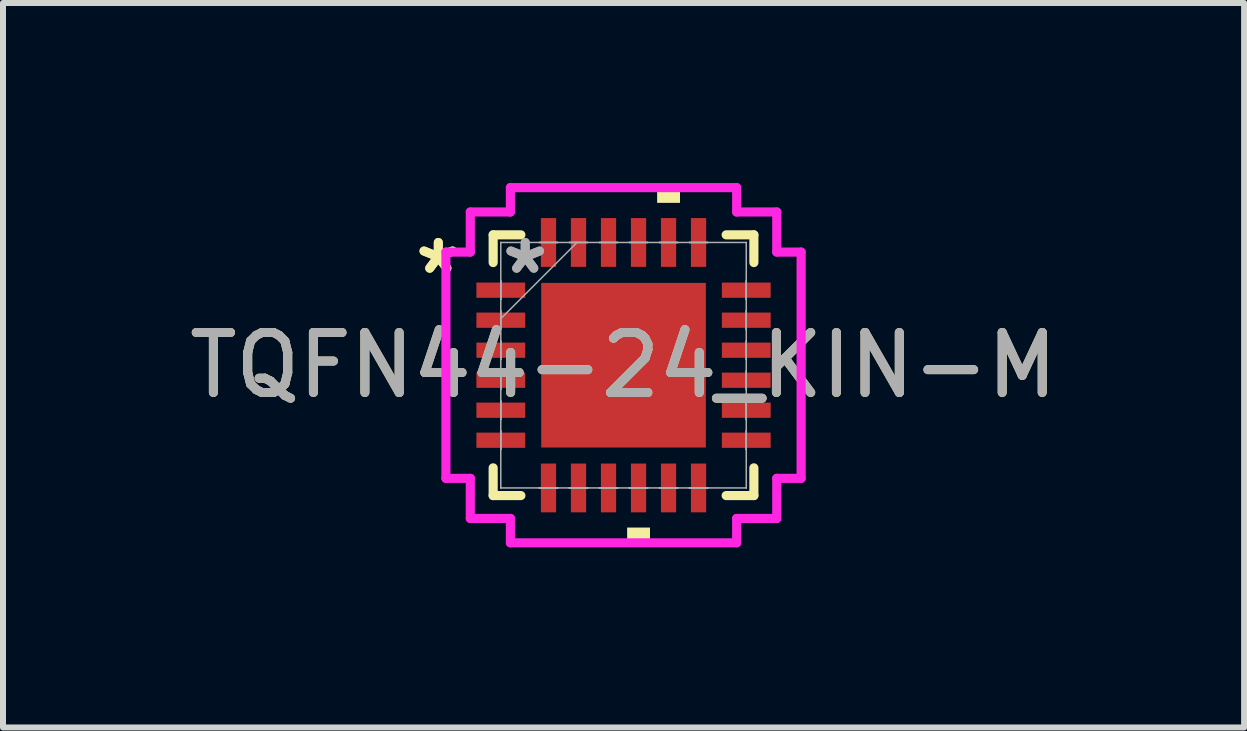
<source format=kicad_pcb>
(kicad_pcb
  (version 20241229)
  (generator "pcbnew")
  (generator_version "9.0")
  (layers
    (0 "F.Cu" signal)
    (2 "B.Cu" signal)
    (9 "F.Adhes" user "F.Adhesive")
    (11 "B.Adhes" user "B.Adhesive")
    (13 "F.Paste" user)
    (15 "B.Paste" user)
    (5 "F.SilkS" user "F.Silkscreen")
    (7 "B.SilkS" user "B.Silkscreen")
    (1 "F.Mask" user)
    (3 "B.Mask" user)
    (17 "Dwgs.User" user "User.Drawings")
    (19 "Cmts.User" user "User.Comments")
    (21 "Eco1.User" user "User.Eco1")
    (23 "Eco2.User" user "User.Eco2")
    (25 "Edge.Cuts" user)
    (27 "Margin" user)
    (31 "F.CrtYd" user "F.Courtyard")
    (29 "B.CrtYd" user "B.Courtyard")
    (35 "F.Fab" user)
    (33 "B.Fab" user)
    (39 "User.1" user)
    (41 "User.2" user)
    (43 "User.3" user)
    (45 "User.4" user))
  (footprint "TQFN44-24_KIN-M"
    (layer "F.Cu")
    (at 7.339 3.035)
    (property "Reference" "TQFN44-24_KIN-M" (at 0 0 0) (unlocked yes) (layer "F.SilkS") (effects (font (size 1 1) (thickness 0.15))))
    (attr smd)
    (fp_line (start -2.172 -2.172) (end -2.172 -1.71) (stroke (width 0.152) (type solid)) (layer "F.SilkS"))
    (fp_line (start -2.172 1.71) (end -2.172 2.172) (stroke (width 0.152) (type solid)) (layer "F.SilkS"))
    (fp_line (start -2.172 2.172) (end -1.71 2.172) (stroke (width 0.152) (type solid)) (layer "F.SilkS"))
    (fp_line (start -1.71 -2.172) (end -2.172 -2.172) (stroke (width 0.152) (type solid)) (layer "F.SilkS"))
    (fp_line (start 1.71 2.172) (end 2.172 2.172) (stroke (width 0.152) (type solid)) (layer "F.SilkS"))
    (fp_line (start 2.172 -2.172) (end 1.71 -2.172) (stroke (width 0.152) (type solid)) (layer "F.SilkS"))
    (fp_line (start 2.172 -1.71) (end 2.172 -2.172) (stroke (width 0.152) (type solid)) (layer "F.SilkS"))
    (fp_line (start 2.172 2.172) (end 2.172 1.71) (stroke (width 0.152) (type solid)) (layer "F.SilkS"))
    (fp_poly (pts (xy 0.06 2.705) (xy 0.06 2.959) (xy 0.441 2.959) (xy 0.441 2.705)) (stroke (width 0) (type solid)) (fill yes) (layer "F.SilkS"))
    (fp_poly (pts (xy 0.56 -2.705) (xy 0.56 -2.959) (xy 0.941 -2.959) (xy 0.941 -2.705)) (stroke (width 0) (type solid)) (fill yes) (layer "F.SilkS"))
    (fp_poly (pts (xy -1.272 -1.272) (xy -1.272 -0.1) (xy -0.1 -0.1) (xy -0.1 -1.272)) (stroke (width 0) (type solid)) (fill yes) (layer "F.Paste"))
    (fp_poly (pts (xy -1.272 0.1) (xy -1.272 1.272) (xy -0.1 1.272) (xy -0.1 0.1)) (stroke (width 0) (type solid)) (fill yes) (layer "F.Paste"))
    (fp_poly (pts (xy 0.1 -1.272) (xy 0.1 -0.1) (xy 1.272 -0.1) (xy 1.272 -1.272)) (stroke (width 0) (type solid)) (fill yes) (layer "F.Paste"))
    (fp_poly (pts (xy 0.1 0.1) (xy 0.1 1.272) (xy 1.272 1.272) (xy 1.272 0.1)) (stroke (width 0) (type solid)) (fill yes) (layer "F.Paste"))
    (fp_line (start -2.959 -1.885) (end -2.553 -1.885) (stroke (width 0.152) (type solid)) (layer "F.CrtYd"))
    (fp_line (start -2.959 1.885) (end -2.959 -1.885) (stroke (width 0.152) (type solid)) (layer "F.CrtYd"))
    (fp_line (start -2.553 -2.553) (end -1.885 -2.553) (stroke (width 0.152) (type solid)) (layer "F.CrtYd"))
    (fp_line (start -2.553 -1.885) (end -2.553 -2.553) (stroke (width 0.152) (type solid)) (layer "F.CrtYd"))
    (fp_line (start -2.553 1.885) (end -2.959 1.885) (stroke (width 0.152) (type solid)) (layer "F.CrtYd"))
    (fp_line (start -2.553 2.553) (end -2.553 1.885) (stroke (width 0.152) (type solid)) (layer "F.CrtYd"))
    (fp_line (start -1.885 -2.959) (end 1.885 -2.959) (stroke (width 0.152) (type solid)) (layer "F.CrtYd"))
    (fp_line (start -1.885 -2.553) (end -1.885 -2.959) (stroke (width 0.152) (type solid)) (layer "F.CrtYd"))
    (fp_line (start -1.885 2.553) (end -2.553 2.553) (stroke (width 0.152) (type solid)) (layer "F.CrtYd"))
    (fp_line (start -1.885 2.959) (end -1.885 2.553) (stroke (width 0.152) (type solid)) (layer "F.CrtYd"))
    (fp_line (start 1.885 -2.959) (end 1.885 -2.553) (stroke (width 0.152) (type solid)) (layer "F.CrtYd"))
    (fp_line (start 1.885 -2.553) (end 2.553 -2.553) (stroke (width 0.152) (type solid)) (layer "F.CrtYd"))
    (fp_line (start 1.885 2.553) (end 1.885 2.959) (stroke (width 0.152) (type solid)) (layer "F.CrtYd"))
    (fp_line (start 1.885 2.959) (end -1.885 2.959) (stroke (width 0.152) (type solid)) (layer "F.CrtYd"))
    (fp_line (start 2.553 -2.553) (end 2.553 -1.885) (stroke (width 0.152) (type solid)) (layer "F.CrtYd"))
    (fp_line (start 2.553 -1.885) (end 2.959 -1.885) (stroke (width 0.152) (type solid)) (layer "F.CrtYd"))
    (fp_line (start 2.553 1.885) (end 2.553 2.553) (stroke (width 0.152) (type solid)) (layer "F.CrtYd"))
    (fp_line (start 2.553 2.553) (end 1.885 2.553) (stroke (width 0.152) (type solid)) (layer "F.CrtYd"))
    (fp_line (start 2.959 -1.885) (end 2.959 1.885) (stroke (width 0.152) (type solid)) (layer "F.CrtYd"))
    (fp_line (start 2.959 1.885) (end 2.553 1.885) (stroke (width 0.152) (type solid)) (layer "F.CrtYd"))
    (fp_line (start -2.045 -2.045) (end -2.045 -2.045) (stroke (width 0.025) (type solid)) (layer "F.Fab"))
    (fp_line (start -2.045 -2.045) (end -2.045 2.045) (stroke (width 0.025) (type solid)) (layer "F.Fab"))
    (fp_line (start -2.045 -1.403) (end -2.045 -1.403) (stroke (width 0.025) (type solid)) (layer "F.Fab"))
    (fp_line (start -2.045 -1.403) (end -2.045 -1.098) (stroke (width 0.025) (type solid)) (layer "F.Fab"))
    (fp_line (start -2.045 -1.098) (end -2.045 -1.403) (stroke (width 0.025) (type solid)) (layer "F.Fab"))
    (fp_line (start -2.045 -1.098) (end -2.045 -1.098) (stroke (width 0.025) (type solid)) (layer "F.Fab"))
    (fp_line (start -2.045 -0.903) (end -2.045 -0.903) (stroke (width 0.025) (type solid)) (layer "F.Fab"))
    (fp_line (start -2.045 -0.903) (end -2.045 -0.598) (stroke (width 0.025) (type solid)) (layer "F.Fab"))
    (fp_line (start -2.045 -0.775) (end -0.775 -2.045) (stroke (width 0.025) (type solid)) (layer "F.Fab"))
    (fp_line (start -2.045 -0.598) (end -2.045 -0.903) (stroke (width 0.025) (type solid)) (layer "F.Fab"))
    (fp_line (start -2.045 -0.598) (end -2.045 -0.598) (stroke (width 0.025) (type solid)) (layer "F.Fab"))
    (fp_line (start -2.045 -0.402) (end -2.045 -0.402) (stroke (width 0.025) (type solid)) (layer "F.Fab"))
    (fp_line (start -2.045 -0.402) (end -2.045 -0.098) (stroke (width 0.025) (type solid)) (layer "F.Fab"))
    (fp_line (start -2.045 -0.098) (end -2.045 -0.402) (stroke (width 0.025) (type solid)) (layer "F.Fab"))
    (fp_line (start -2.045 -0.098) (end -2.045 -0.098) (stroke (width 0.025) (type solid)) (layer "F.Fab"))
    (fp_line (start -2.045 0.098) (end -2.045 0.098) (stroke (width 0.025) (type solid)) (layer "F.Fab"))
    (fp_line (start -2.045 0.098) (end -2.045 0.402) (stroke (width 0.025) (type solid)) (layer "F.Fab"))
    (fp_line (start -2.045 0.402) (end -2.045 0.098) (stroke (width 0.025) (type solid)) (layer "F.Fab"))
    (fp_line (start -2.045 0.402) (end -2.045 0.402) (stroke (width 0.025) (type solid)) (layer "F.Fab"))
    (fp_line (start -2.045 0.598) (end -2.045 0.598) (stroke (width 0.025) (type solid)) (layer "F.Fab"))
    (fp_line (start -2.045 0.598) (end -2.045 0.903) (stroke (width 0.025) (type solid)) (layer "F.Fab"))
    (fp_line (start -2.045 0.903) (end -2.045 0.598) (stroke (width 0.025) (type solid)) (layer "F.Fab"))
    (fp_line (start -2.045 0.903) (end -2.045 0.903) (stroke (width 0.025) (type solid)) (layer "F.Fab"))
    (fp_line (start -2.045 1.098) (end -2.045 1.098) (stroke (width 0.025) (type solid)) (layer "F.Fab"))
    (fp_line (start -2.045 1.098) (end -2.045 1.403) (stroke (width 0.025) (type solid)) (layer "F.Fab"))
    (fp_line (start -2.045 1.403) (end -2.045 1.098) (stroke (width 0.025) (type solid)) (layer "F.Fab"))
    (fp_line (start -2.045 1.403) (end -2.045 1.403) (stroke (width 0.025) (type solid)) (layer "F.Fab"))
    (fp_line (start -2.045 2.045) (end -2.045 2.045) (stroke (width 0.025) (type solid)) (layer "F.Fab"))
    (fp_line (start -2.045 2.045) (end 2.045 2.045) (stroke (width 0.025) (type solid)) (layer "F.Fab"))
    (fp_line (start -1.403 -2.045) (end -1.403 -2.045) (stroke (width 0.025) (type solid)) (layer "F.Fab"))
    (fp_line (start -1.403 -2.045) (end -1.098 -2.045) (stroke (width 0.025) (type solid)) (layer "F.Fab"))
    (fp_line (start -1.403 2.045) (end -1.403 2.045) (stroke (width 0.025) (type solid)) (layer "F.Fab"))
    (fp_line (start -1.403 2.045) (end -1.098 2.045) (stroke (width 0.025) (type solid)) (layer "F.Fab"))
    (fp_line (start -1.098 -2.045) (end -1.403 -2.045) (stroke (width 0.025) (type solid)) (layer "F.Fab"))
    (fp_line (start -1.098 -2.045) (end -1.098 -2.045) (stroke (width 0.025) (type solid)) (layer "F.Fab"))
    (fp_line (start -1.098 2.045) (end -1.403 2.045) (stroke (width 0.025) (type solid)) (layer "F.Fab"))
    (fp_line (start -1.098 2.045) (end -1.098 2.045) (stroke (width 0.025) (type solid)) (layer "F.Fab"))
    (fp_line (start -0.903 -2.045) (end -0.903 -2.045) (stroke (width 0.025) (type solid)) (layer "F.Fab"))
    (fp_line (start -0.903 -2.045) (end -0.598 -2.045) (stroke (width 0.025) (type solid)) (layer "F.Fab"))
    (fp_line (start -0.903 2.045) (end -0.903 2.045) (stroke (width 0.025) (type solid)) (layer "F.Fab"))
    (fp_line (start -0.903 2.045) (end -0.598 2.045) (stroke (width 0.025) (type solid)) (layer "F.Fab"))
    (fp_line (start -0.598 -2.045) (end -0.903 -2.045) (stroke (width 0.025) (type solid)) (layer "F.Fab"))
    (fp_line (start -0.598 -2.045) (end -0.598 -2.045) (stroke (width 0.025) (type solid)) (layer "F.Fab"))
    (fp_line (start -0.598 2.045) (end -0.903 2.045) (stroke (width 0.025) (type solid)) (layer "F.Fab"))
    (fp_line (start -0.598 2.045) (end -0.598 2.045) (stroke (width 0.025) (type solid)) (layer "F.Fab"))
    (fp_line (start -0.402 -2.045) (end -0.402 -2.045) (stroke (width 0.025) (type solid)) (layer "F.Fab"))
    (fp_line (start -0.402 -2.045) (end -0.098 -2.045) (stroke (width 0.025) (type solid)) (layer "F.Fab"))
    (fp_line (start -0.402 2.045) (end -0.402 2.045) (stroke (width 0.025) (type solid)) (layer "F.Fab"))
    (fp_line (start -0.402 2.045) (end -0.098 2.045) (stroke (width 0.025) (type solid)) (layer "F.Fab"))
    (fp_line (start -0.098 -2.045) (end -0.402 -2.045) (stroke (width 0.025) (type solid)) (layer "F.Fab"))
    (fp_line (start -0.098 -2.045) (end -0.098 -2.045) (stroke (width 0.025) (type solid)) (layer "F.Fab"))
    (fp_line (start -0.098 2.045) (end -0.402 2.045) (stroke (width 0.025) (type solid)) (layer "F.Fab"))
    (fp_line (start -0.098 2.045) (end -0.098 2.045) (stroke (width 0.025) (type solid)) (layer "F.Fab"))
    (fp_line (start 0.098 -2.045) (end 0.098 -2.045) (stroke (width 0.025) (type solid)) (layer "F.Fab"))
    (fp_line (start 0.098 -2.045) (end 0.402 -2.045) (stroke (width 0.025) (type solid)) (layer "F.Fab"))
    (fp_line (start 0.098 2.045) (end 0.098 2.045) (stroke (width 0.025) (type solid)) (layer "F.Fab"))
    (fp_line (start 0.098 2.045) (end 0.402 2.045) (stroke (width 0.025) (type solid)) (layer "F.Fab"))
    (fp_line (start 0.402 -2.045) (end 0.098 -2.045) (stroke (width 0.025) (type solid)) (layer "F.Fab"))
    (fp_line (start 0.402 -2.045) (end 0.402 -2.045) (stroke (width 0.025) (type solid)) (layer "F.Fab"))
    (fp_line (start 0.402 2.045) (end 0.098 2.045) (stroke (width 0.025) (type solid)) (layer "F.Fab"))
    (fp_line (start 0.402 2.045) (end 0.402 2.045) (stroke (width 0.025) (type solid)) (layer "F.Fab"))
    (fp_line (start 0.598 -2.045) (end 0.598 -2.045) (stroke (width 0.025) (type solid)) (layer "F.Fab"))
    (fp_line (start 0.598 -2.045) (end 0.903 -2.045) (stroke (width 0.025) (type solid)) (layer "F.Fab"))
    (fp_line (start 0.598 2.045) (end 0.598 2.045) (stroke (width 0.025) (type solid)) (layer "F.Fab"))
    (fp_line (start 0.598 2.045) (end 0.903 2.045) (stroke (width 0.025) (type solid)) (layer "F.Fab"))
    (fp_line (start 0.903 -2.045) (end 0.598 -2.045) (stroke (width 0.025) (type solid)) (layer "F.Fab"))
    (fp_line (start 0.903 -2.045) (end 0.903 -2.045) (stroke (width 0.025) (type solid)) (layer "F.Fab"))
    (fp_line (start 0.903 2.045) (end 0.598 2.045) (stroke (width 0.025) (type solid)) (layer "F.Fab"))
    (fp_line (start 0.903 2.045) (end 0.903 2.045) (stroke (width 0.025) (type solid)) (layer "F.Fab"))
    (fp_line (start 1.098 -2.045) (end 1.098 -2.045) (stroke (width 0.025) (type solid)) (layer "F.Fab"))
    (fp_line (start 1.098 -2.045) (end 1.403 -2.045) (stroke (width 0.025) (type solid)) (layer "F.Fab"))
    (fp_line (start 1.098 2.045) (end 1.098 2.045) (stroke (width 0.025) (type solid)) (layer "F.Fab"))
    (fp_line (start 1.098 2.045) (end 1.403 2.045) (stroke (width 0.025) (type solid)) (layer "F.Fab"))
    (fp_line (start 1.403 -2.045) (end 1.098 -2.045) (stroke (width 0.025) (type solid)) (layer "F.Fab"))
    (fp_line (start 1.403 -2.045) (end 1.403 -2.045) (stroke (width 0.025) (type solid)) (layer "F.Fab"))
    (fp_line (start 1.403 2.045) (end 1.098 2.045) (stroke (width 0.025) (type solid)) (layer "F.Fab"))
    (fp_line (start 1.403 2.045) (end 1.403 2.045) (stroke (width 0.025) (type solid)) (layer "F.Fab"))
    (fp_line (start 2.045 -2.045) (end -2.045 -2.045) (stroke (width 0.025) (type solid)) (layer "F.Fab"))
    (fp_line (start 2.045 -2.045) (end 2.045 -2.045) (stroke (width 0.025) (type solid)) (layer "F.Fab"))
    (fp_line (start 2.045 -1.403) (end 2.045 -1.403) (stroke (width 0.025) (type solid)) (layer "F.Fab"))
    (fp_line (start 2.045 -1.403) (end 2.045 -1.098) (stroke (width 0.025) (type solid)) (layer "F.Fab"))
    (fp_line (start 2.045 -1.098) (end 2.045 -1.403) (stroke (width 0.025) (type solid)) (layer "F.Fab"))
    (fp_line (start 2.045 -1.098) (end 2.045 -1.098) (stroke (width 0.025) (type solid)) (layer "F.Fab"))
    (fp_line (start 2.045 -0.903) (end 2.045 -0.903) (stroke (width 0.025) (type solid)) (layer "F.Fab"))
    (fp_line (start 2.045 -0.903) (end 2.045 -0.598) (stroke (width 0.025) (type solid)) (layer "F.Fab"))
    (fp_line (start 2.045 -0.598) (end 2.045 -0.903) (stroke (width 0.025) (type solid)) (layer "F.Fab"))
    (fp_line (start 2.045 -0.598) (end 2.045 -0.598) (stroke (width 0.025) (type solid)) (layer "F.Fab"))
    (fp_line (start 2.045 -0.402) (end 2.045 -0.402) (stroke (width 0.025) (type solid)) (layer "F.Fab"))
    (fp_line (start 2.045 -0.402) (end 2.045 -0.098) (stroke (width 0.025) (type solid)) (layer "F.Fab"))
    (fp_line (start 2.045 -0.098) (end 2.045 -0.402) (stroke (width 0.025) (type solid)) (layer "F.Fab"))
    (fp_line (start 2.045 -0.098) (end 2.045 -0.098) (stroke (width 0.025) (type solid)) (layer "F.Fab"))
    (fp_line (start 2.045 0.098) (end 2.045 0.098) (stroke (width 0.025) (type solid)) (layer "F.Fab"))
    (fp_line (start 2.045 0.098) (end 2.045 0.402) (stroke (width 0.025) (type solid)) (layer "F.Fab"))
    (fp_line (start 2.045 0.402) (end 2.045 0.098) (stroke (width 0.025) (type solid)) (layer "F.Fab"))
    (fp_line (start 2.045 0.402) (end 2.045 0.402) (stroke (width 0.025) (type solid)) (layer "F.Fab"))
    (fp_line (start 2.045 0.598) (end 2.045 0.598) (stroke (width 0.025) (type solid)) (layer "F.Fab"))
    (fp_line (start 2.045 0.598) (end 2.045 0.903) (stroke (width 0.025) (type solid)) (layer "F.Fab"))
    (fp_line (start 2.045 0.903) (end 2.045 0.598) (stroke (width 0.025) (type solid)) (layer "F.Fab"))
    (fp_line (start 2.045 0.903) (end 2.045 0.903) (stroke (width 0.025) (type solid)) (layer "F.Fab"))
    (fp_line (start 2.045 1.098) (end 2.045 1.098) (stroke (width 0.025) (type solid)) (layer "F.Fab"))
    (fp_line (start 2.045 1.098) (end 2.045 1.403) (stroke (width 0.025) (type solid)) (layer "F.Fab"))
    (fp_line (start 2.045 1.403) (end 2.045 1.098) (stroke (width 0.025) (type solid)) (layer "F.Fab"))
    (fp_line (start 2.045 1.403) (end 2.045 1.403) (stroke (width 0.025) (type solid)) (layer "F.Fab"))
    (fp_line (start 2.045 2.045) (end 2.045 -2.045) (stroke (width 0.025) (type solid)) (layer "F.Fab"))
    (fp_line (start 2.045 2.045) (end 2.045 2.045) (stroke (width 0.025) (type solid)) (layer "F.Fab"))
    (fp_text user "*" (at -3.086 -1.5 0) (layer "F.SilkS") (effects (font (size 1 1) (thickness 0.15))))
    (fp_text user "*" (at -3.086 -1.5 0) (unlocked yes) (layer "F.SilkS") (effects (font (size 1 1) (thickness 0.15))))
    (fp_text user "*" (at -1.638 -1.5 0) (unlocked yes) (layer "F.Fab") (effects (font (size 1 1) (thickness 0.15))))
    (fp_text user "${REFERENCE}" (at 0 0 0) (unlocked yes) (layer "F.Fab") (effects (font (size 1 1) (thickness 0.15))))
    (fp_text user "*" (at -1.638 -1.5 0) (layer "F.Fab") (effects (font (size 1 1) (thickness 0.15))))
    (pad "1" smd rect (at -2.045 -1.25 90) (size 0.254 0.813) (layers "F.Cu" "F.Mask" "F.Paste"))
    (pad "2" smd rect (at -2.045 -0.75 90) (size 0.254 0.813) (layers "F.Cu" "F.Mask" "F.Paste"))
    (pad "3" smd rect (at -2.045 -0.25 90) (size 0.254 0.813) (layers "F.Cu" "F.Mask" "F.Paste"))
    (pad "4" smd rect (at -2.045 0.25 90) (size 0.254 0.813) (layers "F.Cu" "F.Mask" "F.Paste"))
    (pad "5" smd rect (at -2.045 0.75 90) (size 0.254 0.813) (layers "F.Cu" "F.Mask" "F.Paste"))
    (pad "6" smd rect (at -2.045 1.25 90) (size 0.254 0.813) (layers "F.Cu" "F.Mask" "F.Paste"))
    (pad "7" smd rect (at -1.25 2.045) (size 0.254 0.813) (layers "F.Cu" "F.Mask" "F.Paste"))
    (pad "8" smd rect (at -0.75 2.045) (size 0.254 0.813) (layers "F.Cu" "F.Mask" "F.Paste"))
    (pad "9" smd rect (at -0.25 2.045) (size 0.254 0.813) (layers "F.Cu" "F.Mask" "F.Paste"))
    (pad "10" smd rect (at 0.25 2.045) (size 0.254 0.813) (layers "F.Cu" "F.Mask" "F.Paste"))
    (pad "11" smd rect (at 0.75 2.045) (size 0.254 0.813) (layers "F.Cu" "F.Mask" "F.Paste"))
    (pad "12" smd rect (at 1.25 2.045) (size 0.254 0.813) (layers "F.Cu" "F.Mask" "F.Paste"))
    (pad "13" smd rect (at 2.045 1.25 90) (size 0.254 0.813) (layers "F.Cu" "F.Mask" "F.Paste"))
    (pad "14" smd rect (at 2.045 0.75 90) (size 0.254 0.813) (layers "F.Cu" "F.Mask" "F.Paste"))
    (pad "15" smd rect (at 2.045 0.25 90) (size 0.254 0.813) (layers "F.Cu" "F.Mask" "F.Paste"))
    (pad "16" smd rect (at 2.045 -0.25 90) (size 0.254 0.813) (layers "F.Cu" "F.Mask" "F.Paste"))
    (pad "17" smd rect (at 2.045 -0.75 90) (size 0.254 0.813) (layers "F.Cu" "F.Mask" "F.Paste"))
    (pad "18" smd rect (at 2.045 -1.25 90) (size 0.254 0.813) (layers "F.Cu" "F.Mask" "F.Paste"))
    (pad "19" smd rect (at 1.25 -2.045) (size 0.254 0.813) (layers "F.Cu" "F.Mask" "F.Paste"))
    (pad "20" smd rect (at 0.75 -2.045) (size 0.254 0.813) (layers "F.Cu" "F.Mask" "F.Paste"))
    (pad "21" smd rect (at 0.25 -2.045) (size 0.254 0.813) (layers "F.Cu" "F.Mask" "F.Paste"))
    (pad "22" smd rect (at -0.25 -2.045) (size 0.254 0.813) (layers "F.Cu" "F.Mask" "F.Paste"))
    (pad "23" smd rect (at -0.75 -2.045) (size 0.254 0.813) (layers "F.Cu" "F.Mask" "F.Paste"))
    (pad "24" smd rect (at -1.25 -2.045) (size 0.254 0.813) (layers "F.Cu" "F.Mask" "F.Paste"))
    (pad "25" smd rect (at 0 0) (size 2.743 2.743) (layers "F.Cu" "F.Mask")))
  (gr_rect
    (start -3 -3)
    (end 17.679 9.071)
    (stroke (width 0.1) (type default))
    (fill no)
    (layer "Edge.Cuts")))
</source>
